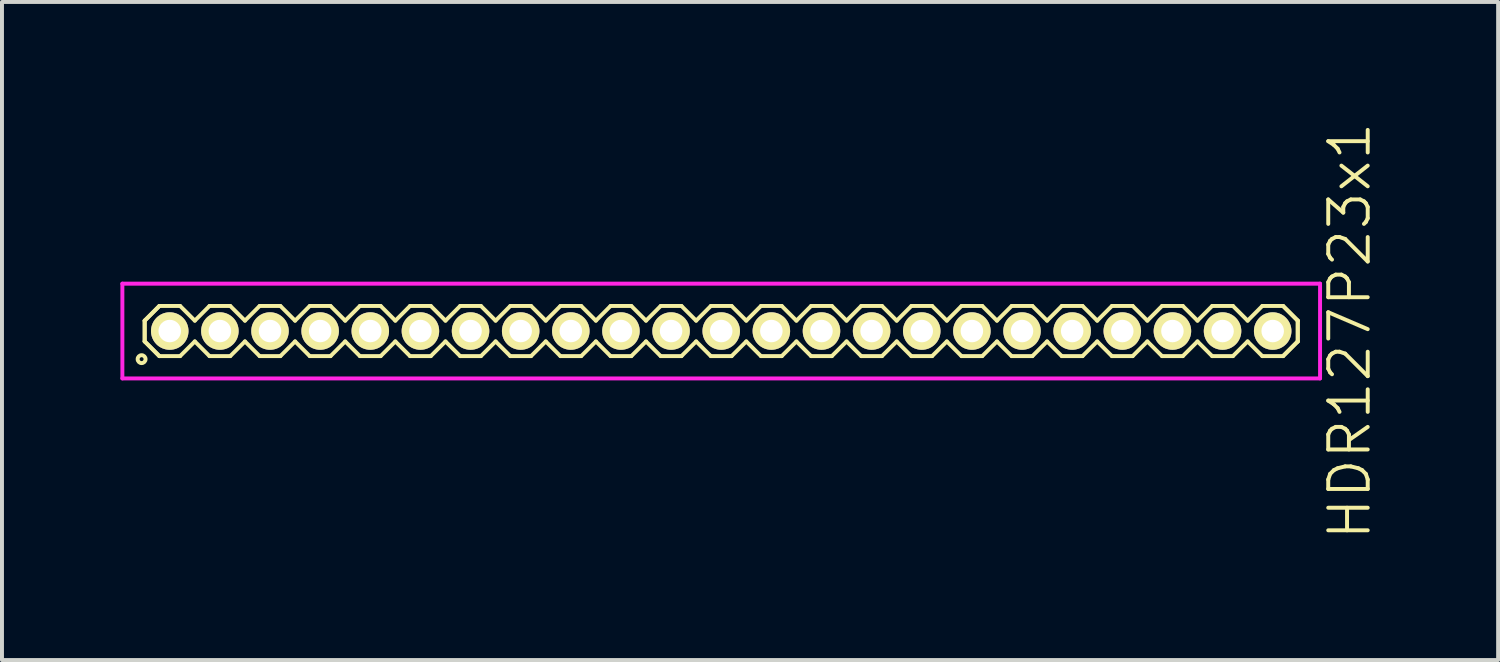
<source format=kicad_pcb>
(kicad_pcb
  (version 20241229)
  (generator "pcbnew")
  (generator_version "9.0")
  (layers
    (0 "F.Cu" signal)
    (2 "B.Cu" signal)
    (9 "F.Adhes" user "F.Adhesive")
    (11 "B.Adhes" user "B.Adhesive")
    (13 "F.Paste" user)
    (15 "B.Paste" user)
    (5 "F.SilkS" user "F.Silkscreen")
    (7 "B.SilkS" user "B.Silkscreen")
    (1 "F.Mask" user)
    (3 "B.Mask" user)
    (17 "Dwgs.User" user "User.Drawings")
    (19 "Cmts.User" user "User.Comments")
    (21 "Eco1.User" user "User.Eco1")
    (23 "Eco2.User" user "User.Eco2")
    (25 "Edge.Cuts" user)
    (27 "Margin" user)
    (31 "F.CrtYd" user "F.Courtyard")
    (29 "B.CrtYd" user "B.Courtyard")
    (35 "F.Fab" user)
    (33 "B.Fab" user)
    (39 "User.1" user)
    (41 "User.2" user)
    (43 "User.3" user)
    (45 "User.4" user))
  (footprint "HDR127P23x1"
    (layer "F.Cu")
    (at 15.22 5.336)
    (property "Reference" "HDR127P23x1" (at 15.92 0 90) (layer "F.SilkS") (effects (font (size 1 1) (thickness 0.1))))
    (attr through_hole)
    (fp_line (start -14.605 -0.263) (end -14.233 -0.635) (stroke (width 0.1) (type solid)) (layer "F.SilkS"))
    (fp_line (start -14.605 -0.263) (end -14.233 -0.635) (stroke (width 0.1) (type solid)) (layer "F.SilkS"))
    (fp_line (start -14.605 0.263) (end -14.605 -0.263) (stroke (width 0.1) (type solid)) (layer "F.SilkS"))
    (fp_line (start -14.605 0.263) (end -14.605 -0.263) (stroke (width 0.1) (type solid)) (layer "F.SilkS"))
    (fp_line (start -14.233 -0.635) (end -13.707 -0.635) (stroke (width 0.1) (type solid)) (layer "F.SilkS"))
    (fp_line (start -14.233 0.635) (end -14.605 0.263) (stroke (width 0.1) (type solid)) (layer "F.SilkS"))
    (fp_line (start -14.233 0.635) (end -14.605 0.263) (stroke (width 0.1) (type solid)) (layer "F.SilkS"))
    (fp_line (start -13.707 -0.635) (end -13.335 -0.263) (stroke (width 0.1) (type solid)) (layer "F.SilkS"))
    (fp_line (start -13.707 0.635) (end -14.233 0.635) (stroke (width 0.1) (type solid)) (layer "F.SilkS"))
    (fp_line (start -13.335 -0.263) (end -12.963 -0.635) (stroke (width 0.1) (type solid)) (layer "F.SilkS"))
    (fp_line (start -13.335 0.263) (end -13.707 0.635) (stroke (width 0.1) (type solid)) (layer "F.SilkS"))
    (fp_line (start -12.963 -0.635) (end -12.437 -0.635) (stroke (width 0.1) (type solid)) (layer "F.SilkS"))
    (fp_line (start -12.963 0.635) (end -13.335 0.263) (stroke (width 0.1) (type solid)) (layer "F.SilkS"))
    (fp_line (start -12.437 -0.635) (end -12.065 -0.263) (stroke (width 0.1) (type solid)) (layer "F.SilkS"))
    (fp_line (start -12.437 0.635) (end -12.963 0.635) (stroke (width 0.1) (type solid)) (layer "F.SilkS"))
    (fp_line (start -12.065 -0.263) (end -11.693 -0.635) (stroke (width 0.1) (type solid)) (layer "F.SilkS"))
    (fp_line (start -12.065 0.263) (end -12.437 0.635) (stroke (width 0.1) (type solid)) (layer "F.SilkS"))
    (fp_line (start -11.693 -0.635) (end -11.167 -0.635) (stroke (width 0.1) (type solid)) (layer "F.SilkS"))
    (fp_line (start -11.693 0.635) (end -12.065 0.263) (stroke (width 0.1) (type solid)) (layer "F.SilkS"))
    (fp_line (start -11.167 -0.635) (end -10.795 -0.263) (stroke (width 0.1) (type solid)) (layer "F.SilkS"))
    (fp_line (start -11.167 0.635) (end -11.693 0.635) (stroke (width 0.1) (type solid)) (layer "F.SilkS"))
    (fp_line (start -10.795 -0.263) (end -10.423 -0.635) (stroke (width 0.1) (type solid)) (layer "F.SilkS"))
    (fp_line (start -10.795 0.263) (end -11.167 0.635) (stroke (width 0.1) (type solid)) (layer "F.SilkS"))
    (fp_line (start -10.423 -0.635) (end -9.897 -0.635) (stroke (width 0.1) (type solid)) (layer "F.SilkS"))
    (fp_line (start -10.423 0.635) (end -10.795 0.263) (stroke (width 0.1) (type solid)) (layer "F.SilkS"))
    (fp_line (start -9.897 -0.635) (end -9.525 -0.263) (stroke (width 0.1) (type solid)) (layer "F.SilkS"))
    (fp_line (start -9.897 0.635) (end -10.423 0.635) (stroke (width 0.1) (type solid)) (layer "F.SilkS"))
    (fp_line (start -9.525 -0.263) (end -9.153 -0.635) (stroke (width 0.1) (type solid)) (layer "F.SilkS"))
    (fp_line (start -9.525 0.263) (end -9.897 0.635) (stroke (width 0.1) (type solid)) (layer "F.SilkS"))
    (fp_line (start -9.153 -0.635) (end -8.627 -0.635) (stroke (width 0.1) (type solid)) (layer "F.SilkS"))
    (fp_line (start -9.153 0.635) (end -9.525 0.263) (stroke (width 0.1) (type solid)) (layer "F.SilkS"))
    (fp_line (start -8.627 -0.635) (end -8.255 -0.263) (stroke (width 0.1) (type solid)) (layer "F.SilkS"))
    (fp_line (start -8.627 0.635) (end -9.153 0.635) (stroke (width 0.1) (type solid)) (layer "F.SilkS"))
    (fp_line (start -8.255 -0.263) (end -7.883 -0.635) (stroke (width 0.1) (type solid)) (layer "F.SilkS"))
    (fp_line (start -8.255 0.263) (end -8.627 0.635) (stroke (width 0.1) (type solid)) (layer "F.SilkS"))
    (fp_line (start -7.883 -0.635) (end -7.357 -0.635) (stroke (width 0.1) (type solid)) (layer "F.SilkS"))
    (fp_line (start -7.883 0.635) (end -8.255 0.263) (stroke (width 0.1) (type solid)) (layer "F.SilkS"))
    (fp_line (start -7.357 -0.635) (end -6.985 -0.263) (stroke (width 0.1) (type solid)) (layer "F.SilkS"))
    (fp_line (start -7.357 0.635) (end -7.883 0.635) (stroke (width 0.1) (type solid)) (layer "F.SilkS"))
    (fp_line (start -6.985 -0.263) (end -6.613 -0.635) (stroke (width 0.1) (type solid)) (layer "F.SilkS"))
    (fp_line (start -6.985 0.263) (end -7.357 0.635) (stroke (width 0.1) (type solid)) (layer "F.SilkS"))
    (fp_line (start -6.613 -0.635) (end -6.087 -0.635) (stroke (width 0.1) (type solid)) (layer "F.SilkS"))
    (fp_line (start -6.613 0.635) (end -6.985 0.263) (stroke (width 0.1) (type solid)) (layer "F.SilkS"))
    (fp_line (start -6.087 -0.635) (end -5.715 -0.263) (stroke (width 0.1) (type solid)) (layer "F.SilkS"))
    (fp_line (start -6.087 0.635) (end -6.613 0.635) (stroke (width 0.1) (type solid)) (layer "F.SilkS"))
    (fp_line (start -5.715 -0.263) (end -5.343 -0.635) (stroke (width 0.1) (type solid)) (layer "F.SilkS"))
    (fp_line (start -5.715 0.263) (end -6.087 0.635) (stroke (width 0.1) (type solid)) (layer "F.SilkS"))
    (fp_line (start -5.343 -0.635) (end -4.817 -0.635) (stroke (width 0.1) (type solid)) (layer "F.SilkS"))
    (fp_line (start -5.343 0.635) (end -5.715 0.263) (stroke (width 0.1) (type solid)) (layer "F.SilkS"))
    (fp_line (start -4.817 -0.635) (end -4.445 -0.263) (stroke (width 0.1) (type solid)) (layer "F.SilkS"))
    (fp_line (start -4.817 0.635) (end -5.343 0.635) (stroke (width 0.1) (type solid)) (layer "F.SilkS"))
    (fp_line (start -4.445 -0.263) (end -4.073 -0.635) (stroke (width 0.1) (type solid)) (layer "F.SilkS"))
    (fp_line (start -4.445 0.263) (end -4.817 0.635) (stroke (width 0.1) (type solid)) (layer "F.SilkS"))
    (fp_line (start -4.073 -0.635) (end -3.547 -0.635) (stroke (width 0.1) (type solid)) (layer "F.SilkS"))
    (fp_line (start -4.073 0.635) (end -4.445 0.263) (stroke (width 0.1) (type solid)) (layer "F.SilkS"))
    (fp_line (start -3.547 -0.635) (end -3.175 -0.263) (stroke (width 0.1) (type solid)) (layer "F.SilkS"))
    (fp_line (start -3.547 0.635) (end -4.073 0.635) (stroke (width 0.1) (type solid)) (layer "F.SilkS"))
    (fp_line (start -3.175 -0.263) (end -2.803 -0.635) (stroke (width 0.1) (type solid)) (layer "F.SilkS"))
    (fp_line (start -3.175 0.263) (end -3.547 0.635) (stroke (width 0.1) (type solid)) (layer "F.SilkS"))
    (fp_line (start -2.803 -0.635) (end -2.277 -0.635) (stroke (width 0.1) (type solid)) (layer "F.SilkS"))
    (fp_line (start -2.803 0.635) (end -3.175 0.263) (stroke (width 0.1) (type solid)) (layer "F.SilkS"))
    (fp_line (start -2.277 -0.635) (end -1.905 -0.263) (stroke (width 0.1) (type solid)) (layer "F.SilkS"))
    (fp_line (start -2.277 0.635) (end -2.803 0.635) (stroke (width 0.1) (type solid)) (layer "F.SilkS"))
    (fp_line (start -1.905 -0.263) (end -1.533 -0.635) (stroke (width 0.1) (type solid)) (layer "F.SilkS"))
    (fp_line (start -1.905 0.263) (end -2.277 0.635) (stroke (width 0.1) (type solid)) (layer "F.SilkS"))
    (fp_line (start -1.533 -0.635) (end -1.007 -0.635) (stroke (width 0.1) (type solid)) (layer "F.SilkS"))
    (fp_line (start -1.533 0.635) (end -1.905 0.263) (stroke (width 0.1) (type solid)) (layer "F.SilkS"))
    (fp_line (start -1.007 -0.635) (end -0.635 -0.263) (stroke (width 0.1) (type solid)) (layer "F.SilkS"))
    (fp_line (start -1.007 0.635) (end -1.533 0.635) (stroke (width 0.1) (type solid)) (layer "F.SilkS"))
    (fp_line (start -0.635 -0.263) (end -0.263 -0.635) (stroke (width 0.1) (type solid)) (layer "F.SilkS"))
    (fp_line (start -0.635 0.263) (end -1.007 0.635) (stroke (width 0.1) (type solid)) (layer "F.SilkS"))
    (fp_line (start -0.263 -0.635) (end 0.263 -0.635) (stroke (width 0.1) (type solid)) (layer "F.SilkS"))
    (fp_line (start -0.263 0.635) (end -0.635 0.263) (stroke (width 0.1) (type solid)) (layer "F.SilkS"))
    (fp_line (start 0.263 -0.635) (end 0.635 -0.263) (stroke (width 0.1) (type solid)) (layer "F.SilkS"))
    (fp_line (start 0.263 0.635) (end -0.263 0.635) (stroke (width 0.1) (type solid)) (layer "F.SilkS"))
    (fp_line (start 0.635 -0.263) (end 1.007 -0.635) (stroke (width 0.1) (type solid)) (layer "F.SilkS"))
    (fp_line (start 0.635 0.263) (end 0.263 0.635) (stroke (width 0.1) (type solid)) (layer "F.SilkS"))
    (fp_line (start 1.007 -0.635) (end 1.533 -0.635) (stroke (width 0.1) (type solid)) (layer "F.SilkS"))
    (fp_line (start 1.007 0.635) (end 0.635 0.263) (stroke (width 0.1) (type solid)) (layer "F.SilkS"))
    (fp_line (start 1.533 -0.635) (end 1.905 -0.263) (stroke (width 0.1) (type solid)) (layer "F.SilkS"))
    (fp_line (start 1.533 0.635) (end 1.007 0.635) (stroke (width 0.1) (type solid)) (layer "F.SilkS"))
    (fp_line (start 1.905 -0.263) (end 2.277 -0.635) (stroke (width 0.1) (type solid)) (layer "F.SilkS"))
    (fp_line (start 1.905 0.263) (end 1.533 0.635) (stroke (width 0.1) (type solid)) (layer "F.SilkS"))
    (fp_line (start 2.277 -0.635) (end 2.803 -0.635) (stroke (width 0.1) (type solid)) (layer "F.SilkS"))
    (fp_line (start 2.277 0.635) (end 1.905 0.263) (stroke (width 0.1) (type solid)) (layer "F.SilkS"))
    (fp_line (start 2.803 -0.635) (end 3.175 -0.263) (stroke (width 0.1) (type solid)) (layer "F.SilkS"))
    (fp_line (start 2.803 0.635) (end 2.277 0.635) (stroke (width 0.1) (type solid)) (layer "F.SilkS"))
    (fp_line (start 3.175 -0.263) (end 3.547 -0.635) (stroke (width 0.1) (type solid)) (layer "F.SilkS"))
    (fp_line (start 3.175 0.263) (end 2.803 0.635) (stroke (width 0.1) (type solid)) (layer "F.SilkS"))
    (fp_line (start 3.547 -0.635) (end 4.073 -0.635) (stroke (width 0.1) (type solid)) (layer "F.SilkS"))
    (fp_line (start 3.547 0.635) (end 3.175 0.263) (stroke (width 0.1) (type solid)) (layer "F.SilkS"))
    (fp_line (start 4.073 -0.635) (end 4.445 -0.263) (stroke (width 0.1) (type solid)) (layer "F.SilkS"))
    (fp_line (start 4.073 0.635) (end 3.547 0.635) (stroke (width 0.1) (type solid)) (layer "F.SilkS"))
    (fp_line (start 4.445 -0.263) (end 4.817 -0.635) (stroke (width 0.1) (type solid)) (layer "F.SilkS"))
    (fp_line (start 4.445 0.263) (end 4.073 0.635) (stroke (width 0.1) (type solid)) (layer "F.SilkS"))
    (fp_line (start 4.817 -0.635) (end 5.343 -0.635) (stroke (width 0.1) (type solid)) (layer "F.SilkS"))
    (fp_line (start 4.817 0.635) (end 4.445 0.263) (stroke (width 0.1) (type solid)) (layer "F.SilkS"))
    (fp_line (start 5.343 -0.635) (end 5.715 -0.263) (stroke (width 0.1) (type solid)) (layer "F.SilkS"))
    (fp_line (start 5.343 0.635) (end 4.817 0.635) (stroke (width 0.1) (type solid)) (layer "F.SilkS"))
    (fp_line (start 5.715 -0.263) (end 6.087 -0.635) (stroke (width 0.1) (type solid)) (layer "F.SilkS"))
    (fp_line (start 5.715 0.263) (end 5.343 0.635) (stroke (width 0.1) (type solid)) (layer "F.SilkS"))
    (fp_line (start 6.087 -0.635) (end 6.613 -0.635) (stroke (width 0.1) (type solid)) (layer "F.SilkS"))
    (fp_line (start 6.087 0.635) (end 5.715 0.263) (stroke (width 0.1) (type solid)) (layer "F.SilkS"))
    (fp_line (start 6.613 -0.635) (end 6.985 -0.263) (stroke (width 0.1) (type solid)) (layer "F.SilkS"))
    (fp_line (start 6.613 0.635) (end 6.087 0.635) (stroke (width 0.1) (type solid)) (layer "F.SilkS"))
    (fp_line (start 6.985 -0.263) (end 7.357 -0.635) (stroke (width 0.1) (type solid)) (layer "F.SilkS"))
    (fp_line (start 6.985 0.263) (end 6.613 0.635) (stroke (width 0.1) (type solid)) (layer "F.SilkS"))
    (fp_line (start 7.357 -0.635) (end 7.883 -0.635) (stroke (width 0.1) (type solid)) (layer "F.SilkS"))
    (fp_line (start 7.357 0.635) (end 6.985 0.263) (stroke (width 0.1) (type solid)) (layer "F.SilkS"))
    (fp_line (start 7.883 -0.635) (end 8.255 -0.263) (stroke (width 0.1) (type solid)) (layer "F.SilkS"))
    (fp_line (start 7.883 0.635) (end 7.357 0.635) (stroke (width 0.1) (type solid)) (layer "F.SilkS"))
    (fp_line (start 8.255 -0.263) (end 8.627 -0.635) (stroke (width 0.1) (type solid)) (layer "F.SilkS"))
    (fp_line (start 8.255 0.263) (end 7.883 0.635) (stroke (width 0.1) (type solid)) (layer "F.SilkS"))
    (fp_line (start 8.627 -0.635) (end 9.153 -0.635) (stroke (width 0.1) (type solid)) (layer "F.SilkS"))
    (fp_line (start 8.627 0.635) (end 8.255 0.263) (stroke (width 0.1) (type solid)) (layer "F.SilkS"))
    (fp_line (start 9.153 -0.635) (end 9.525 -0.263) (stroke (width 0.1) (type solid)) (layer "F.SilkS"))
    (fp_line (start 9.153 0.635) (end 8.627 0.635) (stroke (width 0.1) (type solid)) (layer "F.SilkS"))
    (fp_line (start 9.525 -0.263) (end 9.897 -0.635) (stroke (width 0.1) (type solid)) (layer "F.SilkS"))
    (fp_line (start 9.525 0.263) (end 9.153 0.635) (stroke (width 0.1) (type solid)) (layer "F.SilkS"))
    (fp_line (start 9.897 -0.635) (end 10.423 -0.635) (stroke (width 0.1) (type solid)) (layer "F.SilkS"))
    (fp_line (start 9.897 0.635) (end 9.525 0.263) (stroke (width 0.1) (type solid)) (layer "F.SilkS"))
    (fp_line (start 10.423 -0.635) (end 10.795 -0.263) (stroke (width 0.1) (type solid)) (layer "F.SilkS"))
    (fp_line (start 10.423 0.635) (end 9.897 0.635) (stroke (width 0.1) (type solid)) (layer "F.SilkS"))
    (fp_line (start 10.795 -0.263) (end 11.167 -0.635) (stroke (width 0.1) (type solid)) (layer "F.SilkS"))
    (fp_line (start 10.795 0.263) (end 10.423 0.635) (stroke (width 0.1) (type solid)) (layer "F.SilkS"))
    (fp_line (start 11.167 -0.635) (end 11.693 -0.635) (stroke (width 0.1) (type solid)) (layer "F.SilkS"))
    (fp_line (start 11.167 0.635) (end 10.795 0.263) (stroke (width 0.1) (type solid)) (layer "F.SilkS"))
    (fp_line (start 11.693 -0.635) (end 12.065 -0.263) (stroke (width 0.1) (type solid)) (layer "F.SilkS"))
    (fp_line (start 11.693 0.635) (end 11.167 0.635) (stroke (width 0.1) (type solid)) (layer "F.SilkS"))
    (fp_line (start 12.065 -0.263) (end 12.437 -0.635) (stroke (width 0.1) (type solid)) (layer "F.SilkS"))
    (fp_line (start 12.065 0.263) (end 11.693 0.635) (stroke (width 0.1) (type solid)) (layer "F.SilkS"))
    (fp_line (start 12.437 -0.635) (end 12.963 -0.635) (stroke (width 0.1) (type solid)) (layer "F.SilkS"))
    (fp_line (start 12.437 0.635) (end 12.065 0.263) (stroke (width 0.1) (type solid)) (layer "F.SilkS"))
    (fp_line (start 12.963 -0.635) (end 13.335 -0.263) (stroke (width 0.1) (type solid)) (layer "F.SilkS"))
    (fp_line (start 12.963 0.635) (end 12.437 0.635) (stroke (width 0.1) (type solid)) (layer "F.SilkS"))
    (fp_line (start 13.335 -0.263) (end 13.707 -0.635) (stroke (width 0.1) (type solid)) (layer "F.SilkS"))
    (fp_line (start 13.335 0.263) (end 12.963 0.635) (stroke (width 0.1) (type solid)) (layer "F.SilkS"))
    (fp_line (start 13.707 -0.635) (end 14.233 -0.635) (stroke (width 0.1) (type solid)) (layer "F.SilkS"))
    (fp_line (start 13.707 0.635) (end 13.335 0.263) (stroke (width 0.1) (type solid)) (layer "F.SilkS"))
    (fp_line (start 14.233 -0.635) (end 14.605 -0.263) (stroke (width 0.1) (type solid)) (layer "F.SilkS"))
    (fp_line (start 14.233 -0.635) (end 14.605 -0.263) (stroke (width 0.1) (type solid)) (layer "F.SilkS"))
    (fp_line (start 14.233 0.635) (end 13.707 0.635) (stroke (width 0.1) (type solid)) (layer "F.SilkS"))
    (fp_line (start 14.605 -0.263) (end 14.605 0.263) (stroke (width 0.1) (type solid)) (layer "F.SilkS"))
    (fp_line (start 14.605 -0.263) (end 14.605 0.263) (stroke (width 0.1) (type solid)) (layer "F.SilkS"))
    (fp_line (start 14.605 0.263) (end 14.233 0.635) (stroke (width 0.1) (type solid)) (layer "F.SilkS"))
    (fp_line (start 14.605 0.263) (end 14.233 0.635) (stroke (width 0.1) (type solid)) (layer "F.SilkS"))
    (fp_circle (center -14.683 0.712) (end -14.583 0.712) (stroke (width 0.1) (type solid)) (fill no) (layer "F.SilkS"))
    (fp_line (start -15.17 -1.2) (end -15.17 1.2) (stroke (width 0.1) (type solid)) (layer "F.CrtYd"))
    (fp_line (start -15.17 1.2) (end 15.17 1.2) (stroke (width 0.1) (type solid)) (layer "F.CrtYd"))
    (fp_line (start 15.17 -1.2) (end -15.17 -1.2) (stroke (width 0.1) (type solid)) (layer "F.CrtYd"))
    (fp_line (start 15.17 1.2) (end 15.17 -1.2) (stroke (width 0.1) (type solid)) (layer "F.CrtYd"))
    (pad "1" thru_hole oval (at -13.97 0) (size 0.95 0.95) (drill 0.57) (layers "*.Cu" "*.Mask" "F.SilkS"))
    (pad "2" thru_hole oval (at -12.7 0) (size 0.95 0.95) (drill 0.57) (layers "*.Cu" "*.Mask" "F.SilkS"))
    (pad "3" thru_hole oval (at -11.43 0) (size 0.95 0.95) (drill 0.57) (layers "*.Cu" "*.Mask" "F.SilkS"))
    (pad "4" thru_hole oval (at -10.16 0) (size 0.95 0.95) (drill 0.57) (layers "*.Cu" "*.Mask" "F.SilkS"))
    (pad "5" thru_hole oval (at -8.89 0) (size 0.95 0.95) (drill 0.57) (layers "*.Cu" "*.Mask" "F.SilkS"))
    (pad "6" thru_hole oval (at -7.62 0) (size 0.95 0.95) (drill 0.57) (layers "*.Cu" "*.Mask" "F.SilkS"))
    (pad "7" thru_hole oval (at -6.35 0) (size 0.95 0.95) (drill 0.57) (layers "*.Cu" "*.Mask" "F.SilkS"))
    (pad "8" thru_hole oval (at -5.08 0) (size 0.95 0.95) (drill 0.57) (layers "*.Cu" "*.Mask" "F.SilkS"))
    (pad "9" thru_hole oval (at -3.81 0) (size 0.95 0.95) (drill 0.57) (layers "*.Cu" "*.Mask" "F.SilkS"))
    (pad "10" thru_hole oval (at -2.54 0) (size 0.95 0.95) (drill 0.57) (layers "*.Cu" "*.Mask" "F.SilkS"))
    (pad "11" thru_hole oval (at -1.27 0) (size 0.95 0.95) (drill 0.57) (layers "*.Cu" "*.Mask" "F.SilkS"))
    (pad "12" thru_hole oval (at 0 0) (size 0.95 0.95) (drill 0.57) (layers "*.Cu" "*.Mask" "F.SilkS"))
    (pad "13" thru_hole oval (at 1.27 0) (size 0.95 0.95) (drill 0.57) (layers "*.Cu" "*.Mask" "F.SilkS"))
    (pad "14" thru_hole oval (at 2.54 0) (size 0.95 0.95) (drill 0.57) (layers "*.Cu" "*.Mask" "F.SilkS"))
    (pad "15" thru_hole oval (at 3.81 0) (size 0.95 0.95) (drill 0.57) (layers "*.Cu" "*.Mask" "F.SilkS"))
    (pad "16" thru_hole oval (at 5.08 0) (size 0.95 0.95) (drill 0.57) (layers "*.Cu" "*.Mask" "F.SilkS"))
    (pad "17" thru_hole oval (at 6.35 0) (size 0.95 0.95) (drill 0.57) (layers "*.Cu" "*.Mask" "F.SilkS"))
    (pad "18" thru_hole oval (at 7.62 0) (size 0.95 0.95) (drill 0.57) (layers "*.Cu" "*.Mask" "F.SilkS"))
    (pad "19" thru_hole oval (at 8.89 0) (size 0.95 0.95) (drill 0.57) (layers "*.Cu" "*.Mask" "F.SilkS"))
    (pad "20" thru_hole oval (at 10.16 0) (size 0.95 0.95) (drill 0.57) (layers "*.Cu" "*.Mask" "F.SilkS"))
    (pad "21" thru_hole oval (at 11.43 0) (size 0.95 0.95) (drill 0.57) (layers "*.Cu" "*.Mask" "F.SilkS"))
    (pad "22" thru_hole oval (at 12.7 0) (size 0.95 0.95) (drill 0.57) (layers "*.Cu" "*.Mask" "F.SilkS"))
    (pad "23" thru_hole oval (at 13.97 0) (size 0.95 0.95) (drill 0.57) (layers "*.Cu" "*.Mask" "F.SilkS")))
  (gr_rect
    (start -3 -3)
    (end 34.901 13.671)
    (stroke (width 0.1) (type default))
    (fill no)
    (layer "Edge.Cuts")))
</source>
